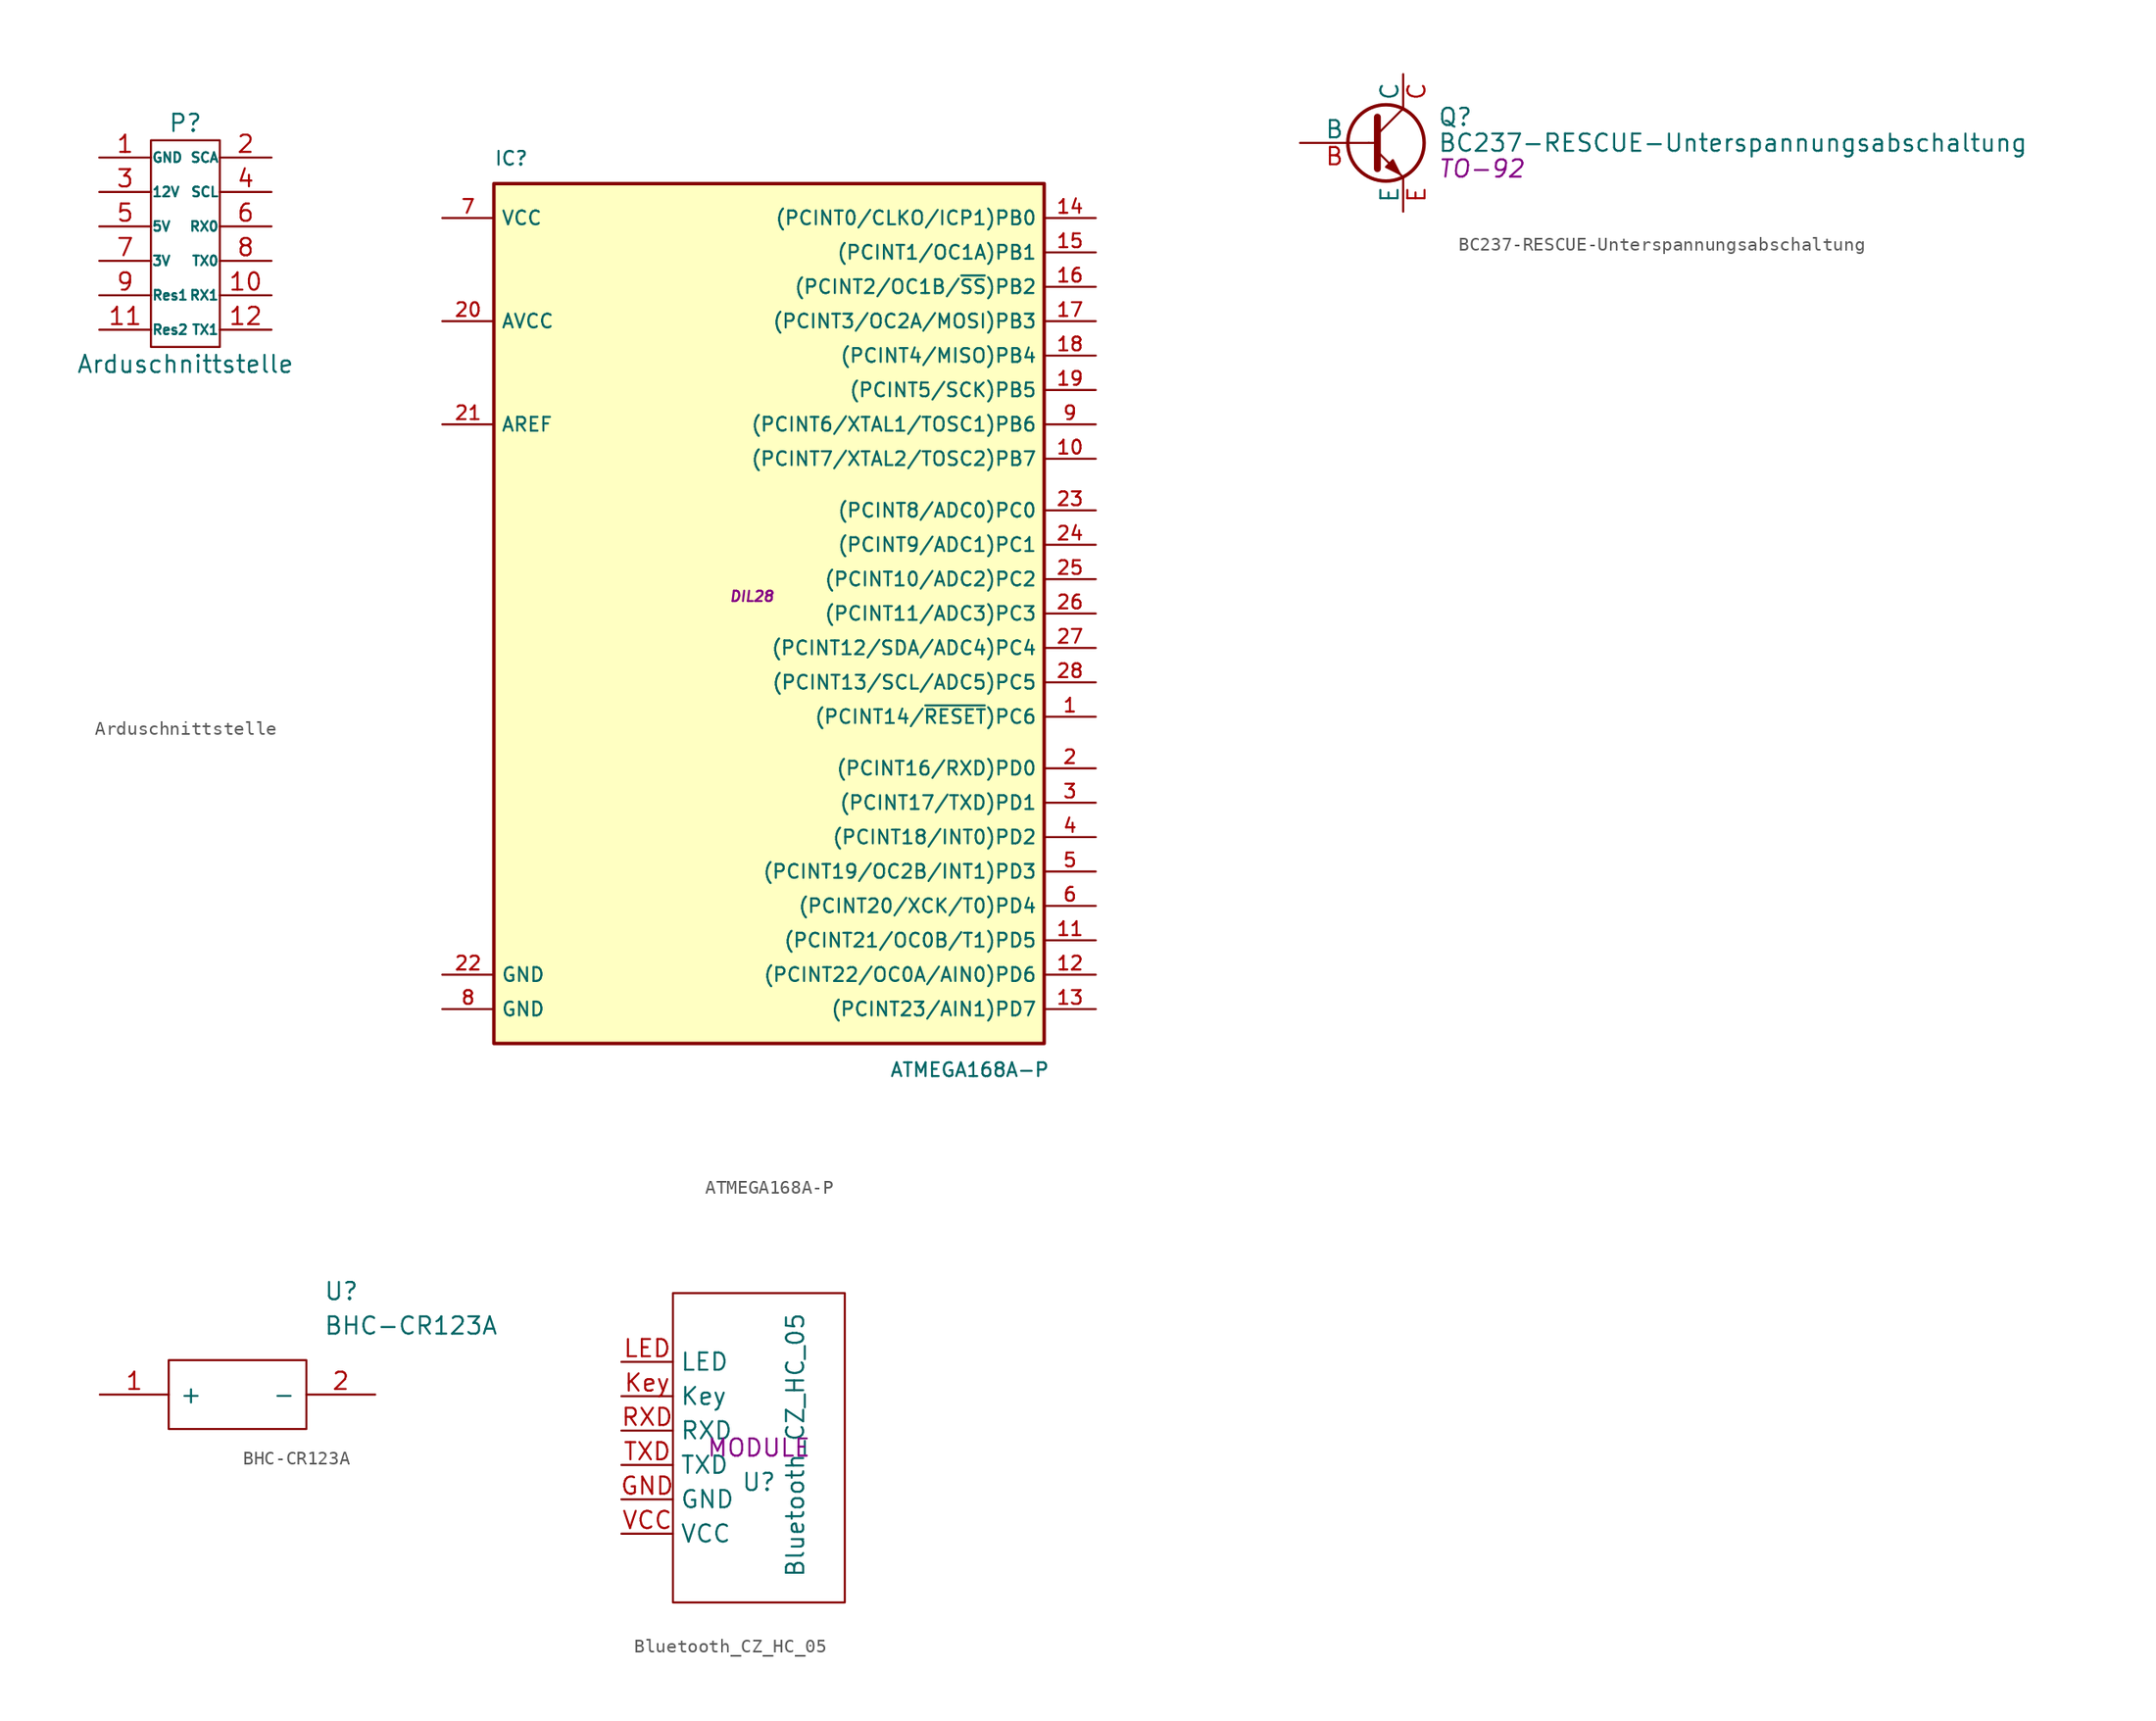
<source format=kicad_sym>
(kicad_symbol_lib
  (version 20220102)
  (generator kicad_symbol_editor)
  (symbol "Arduschnittstelle"
    (pin_names
      (offset 0.025))
    (property "Reference" "P"
      (at 0 8.89 0)
      (effects (font (size 1.27 1.27))))
    (property "Value" "Arduschnittstelle"
      (at 0 -8.89 0)
      (effects (font (size 1.27 1.27))))
    (property "Footprint" ""
      (at 0 -30.48 0)
      (effects (font (size 1.27 1.27))))
    (property "Datasheet" ""
      (at 0 -30.48 0)
      (effects (font (size 1.27 1.27))))
    (symbol "Arduschnittstelle_0_1"
      (rectangle (start -2.54 7.62) (end 2.54 -7.62) (stroke (width 0) (type default)) (fill (type none))))
    (symbol "Arduschnittstelle_1_1"
      (pin passive line (at -6.35 6.35 0) (length 3.81) (name "GND" (effects (font (size 0.711 0.711)))) (number "1" (effects (font (size 1.27 1.27)))))
      (pin passive line (at 6.35 -3.81 180) (length 3.81) (name "RX1" (effects (font (size 0.711 0.711)))) (number "10" (effects (font (size 1.27 1.27)))))
      (pin passive line (at -6.35 -6.35 0) (length 3.81) (name "Res2" (effects (font (size 0.711 0.711)))) (number "11" (effects (font (size 1.27 1.27)))))
      (pin passive line (at 6.35 -6.35 180) (length 3.81) (name "TX1" (effects (font (size 0.711 0.711)))) (number "12" (effects (font (size 1.27 1.27)))))
      (pin passive line (at 6.35 6.35 180) (length 3.81) (name "SCA" (effects (font (size 0.711 0.711)))) (number "2" (effects (font (size 1.27 1.27)))))
      (pin passive line (at -6.35 3.81 0) (length 3.81) (name "12V" (effects (font (size 0.711 0.711)))) (number "3" (effects (font (size 1.27 1.27)))))
      (pin passive line (at 6.35 3.81 180) (length 3.81) (name "SCL" (effects (font (size 0.711 0.711)))) (number "4" (effects (font (size 1.27 1.27)))))
      (pin passive line (at -6.35 1.27 0) (length 3.81) (name "5V" (effects (font (size 0.711 0.711)))) (number "5" (effects (font (size 1.27 1.27)))))
      (pin passive line (at 6.35 1.27 180) (length 3.81) (name "RX0" (effects (font (size 0.711 0.711)))) (number "6" (effects (font (size 1.27 1.27)))))
      (pin passive line (at -6.35 -1.27 0) (length 3.81) (name "3V" (effects (font (size 0.711 0.711)))) (number "7" (effects (font (size 1.27 1.27)))))
      (pin passive line (at 6.35 -1.27 180) (length 3.81) (name "TX0" (effects (font (size 0.711 0.711)))) (number "8" (effects (font (size 1.27 1.27)))))
      (pin passive line (at -6.35 -3.81 0) (length 3.81) (name "Res1" (effects (font (size 0.711 0.711)))) (number "9" (effects (font (size 1.27 1.27)))))))
  (symbol "ATMEGA168A-P"
    (property "Reference" "IC"
      (at -19.05 31.75 0)
      (effects (font (size 1.016 1.016)) (justify left bottom)))
    (property "Value" "ATMEGA168A-P"
      (at 10.16 -35.56 0)
      (effects (font (size 1.016 1.016)) (justify left bottom)))
    (property "Footprint" "DIL28"
      (at 0 0 0)
      (effects (font (size 0.762 0.762) italic)))
    (property "Datasheet" ""
      (at 0 0 0)
      (effects (font (size 1.524 1.524))))
    (symbol "ATMEGA168A-P_0_1"
      (rectangle (start -19.05 30.48) (end 21.59 -33.02) (stroke (width 0.254) (type default)) (fill (type background))))
    (symbol "ATMEGA168A-P_1_1"
      (pin bidirectional line (at 25.4 -8.89 180) (length 3.81) (name "(PCINT14/~{RESET})PC6" (effects (font (size 1.016 1.016)))) (number "1" (effects (font (size 1.016 1.016)))))
      (pin bidirectional line (at 25.4 10.16 180) (length 3.81) (name "(PCINT7/XTAL2/TOSC2)PB7" (effects (font (size 1.016 1.016)))) (number "10" (effects (font (size 1.016 1.016)))))
      (pin bidirectional line (at 25.4 -25.4 180) (length 3.81) (name "(PCINT21/OC0B/T1)PD5" (effects (font (size 1.016 1.016)))) (number "11" (effects (font (size 1.016 1.016)))))
      (pin bidirectional line (at 25.4 -27.94 180) (length 3.81) (name "(PCINT22/OC0A/AIN0)PD6" (effects (font (size 1.016 1.016)))) (number "12" (effects (font (size 1.016 1.016)))))
      (pin bidirectional line (at 25.4 -30.48 180) (length 3.81) (name "(PCINT23/AIN1)PD7" (effects (font (size 1.016 1.016)))) (number "13" (effects (font (size 1.016 1.016)))))
      (pin bidirectional line (at 25.4 27.94 180) (length 3.81) (name "(PCINT0/CLKO/ICP1)PB0" (effects (font (size 1.016 1.016)))) (number "14" (effects (font (size 1.016 1.016)))))
      (pin bidirectional line (at 25.4 25.4 180) (length 3.81) (name "(PCINT1/OC1A)PB1" (effects (font (size 1.016 1.016)))) (number "15" (effects (font (size 1.016 1.016)))))
      (pin bidirectional line (at 25.4 22.86 180) (length 3.81) (name "(PCINT2/OC1B/~{SS})PB2" (effects (font (size 1.016 1.016)))) (number "16" (effects (font (size 1.016 1.016)))))
      (pin bidirectional line (at 25.4 20.32 180) (length 3.81) (name "(PCINT3/OC2A/MOSI)PB3" (effects (font (size 1.016 1.016)))) (number "17" (effects (font (size 1.016 1.016)))))
      (pin bidirectional line (at 25.4 17.78 180) (length 3.81) (name "(PCINT4/MISO)PB4" (effects (font (size 1.016 1.016)))) (number "18" (effects (font (size 1.016 1.016)))))
      (pin bidirectional line (at 25.4 15.24 180) (length 3.81) (name "(PCINT5/SCK)PB5" (effects (font (size 1.016 1.016)))) (number "19" (effects (font (size 1.016 1.016)))))
      (pin bidirectional line (at 25.4 -12.7 180) (length 3.81) (name "(PCINT16/RXD)PD0" (effects (font (size 1.016 1.016)))) (number "2" (effects (font (size 1.016 1.016)))))
      (pin power_in line (at -22.86 20.32 0) (length 3.81) (name "AVCC" (effects (font (size 1.016 1.016)))) (number "20" (effects (font (size 1.016 1.016)))))
      (pin bidirectional line (at -22.86 12.7 0) (length 3.81) (name "AREF" (effects (font (size 1.016 1.016)))) (number "21" (effects (font (size 1.016 1.016)))))
      (pin power_in line (at -22.86 -27.94 0) (length 3.81) (name "GND" (effects (font (size 1.016 1.016)))) (number "22" (effects (font (size 1.016 1.016)))))
      (pin bidirectional line (at 25.4 6.35 180) (length 3.81) (name "(PCINT8/ADC0)PC0" (effects (font (size 1.016 1.016)))) (number "23" (effects (font (size 1.016 1.016)))))
      (pin bidirectional line (at 25.4 3.81 180) (length 3.81) (name "(PCINT9/ADC1)PC1" (effects (font (size 1.016 1.016)))) (number "24" (effects (font (size 1.016 1.016)))))
      (pin bidirectional line (at 25.4 1.27 180) (length 3.81) (name "(PCINT10/ADC2)PC2" (effects (font (size 1.016 1.016)))) (number "25" (effects (font (size 1.016 1.016)))))
      (pin bidirectional line (at 25.4 -1.27 180) (length 3.81) (name "(PCINT11/ADC3)PC3" (effects (font (size 1.016 1.016)))) (number "26" (effects (font (size 1.016 1.016)))))
      (pin bidirectional line (at 25.4 -3.81 180) (length 3.81) (name "(PCINT12/SDA/ADC4)PC4" (effects (font (size 1.016 1.016)))) (number "27" (effects (font (size 1.016 1.016)))))
      (pin bidirectional line (at 25.4 -6.35 180) (length 3.81) (name "(PCINT13/SCL/ADC5)PC5" (effects (font (size 1.016 1.016)))) (number "28" (effects (font (size 1.016 1.016)))))
      (pin bidirectional line (at 25.4 -15.24 180) (length 3.81) (name "(PCINT17/TXD)PD1" (effects (font (size 1.016 1.016)))) (number "3" (effects (font (size 1.016 1.016)))))
      (pin bidirectional line (at 25.4 -17.78 180) (length 3.81) (name "(PCINT18/INT0)PD2" (effects (font (size 1.016 1.016)))) (number "4" (effects (font (size 1.016 1.016)))))
      (pin bidirectional line (at 25.4 -20.32 180) (length 3.81) (name "(PCINT19/OC2B/INT1)PD3" (effects (font (size 1.016 1.016)))) (number "5" (effects (font (size 1.016 1.016)))))
      (pin bidirectional line (at 25.4 -22.86 180) (length 3.81) (name "(PCINT20/XCK/T0)PD4" (effects (font (size 1.016 1.016)))) (number "6" (effects (font (size 1.016 1.016)))))
      (pin power_in line (at -22.86 27.94 0) (length 3.81) (name "VCC" (effects (font (size 1.016 1.016)))) (number "7" (effects (font (size 1.016 1.016)))))
      (pin power_in line (at -22.86 -30.48 0) (length 3.81) (name "GND" (effects (font (size 1.016 1.016)))) (number "8" (effects (font (size 1.016 1.016)))))
      (pin bidirectional line (at 25.4 12.7 180) (length 3.81) (name "(PCINT6/XTAL1/TOSC1)PB6" (effects (font (size 1.016 1.016)))) (number "9" (effects (font (size 1.016 1.016)))))))
  (symbol "BC237-RESCUE-Unterspannungsabschaltung"
    (pin_names
      (offset 0))
    (property "Reference" "Q"
      (at 5.08 1.905 0)
      (effects (font (size 1.27 1.27)) (justify left)))
    (property "Value" "BC237-RESCUE-Unterspannungsabschaltung"
      (at 5.08 0 0)
      (effects (font (size 1.27 1.27)) (justify left)))
    (property "Footprint" "TO-92"
      (at 5.08 -1.905 0)
      (effects (font (size 1.27 1.27) italic) (justify left)))
    (property "Datasheet" ""
      (at 0 0 0)
      (effects (font (size 1.27 1.27)) (justify left)))
    (symbol "BC237-RESCUE-Unterspannungsabschaltung_0_1"
      (polyline (pts (xy 0 0) (xy 0.635 0)) (stroke (width 0) (type default)) (fill (type none)))
      (polyline (pts (xy 0.635 0.635) (xy 2.54 2.54)) (stroke (width 0) (type default)) (fill (type none)))
      (polyline (pts (xy 0.635 -0.635) (xy 2.54 -2.54) (xy 2.54 -2.54)) (stroke (width 0) (type default)) (fill (type none)))
      (polyline (pts (xy 0.635 1.905) (xy 0.635 -1.905) (xy 0.635 -1.905)) (stroke (width 0.508) (type default)) (fill (type none)))
      (polyline (pts (xy 1.27 -1.778) (xy 1.778 -1.27) (xy 2.286 -2.286) (xy 1.27 -1.778) (xy 1.27 -1.778)) (stroke (width 0) (type default)) (fill (type outline)))
      (circle (center 1.27 0) (radius 2.819) (stroke (width 0.254) (type default)) (fill (type none))))
    (symbol "BC237-RESCUE-Unterspannungsabschaltung_1_1"
      (pin input line (at -5.08 0 0) (length 5.08) (name "B" (effects (font (size 1.27 1.27)))) (number "B" (effects (font (size 1.27 1.27)))))
      (pin passive line (at 2.54 5.08 270) (length 2.54) (name "C" (effects (font (size 1.27 1.27)))) (number "C" (effects (font (size 1.27 1.27)))))
      (pin passive line (at 2.54 -5.08 90) (length 2.54) (name "E" (effects (font (size 1.27 1.27)))) (number "E" (effects (font (size 1.27 1.27)))))))
  (symbol "BHC-CR123A"
    (pin_names
      (offset 0.762))
    (property "Reference" "U"
      (at 16.51 7.62 0)
      (effects (font (size 1.27 1.27)) (justify left)))
    (property "Value" "BHC-CR123A"
      (at 16.51 5.08 0)
      (effects (font (size 1.27 1.27)) (justify left)))
    (symbol "BHC-CR123A_0_0"
      (pin passive line (at 0 0 0) (length 5.08) (name "+" (effects (font (size 1.27 1.27)))) (number "1" (effects (font (size 1.27 1.27)))))
      (pin passive line (at 20.32 0 180) (length 5.08) (name "-" (effects (font (size 1.27 1.27)))) (number "2" (effects (font (size 1.27 1.27))))))
    (symbol "BHC-CR123A_0_1"
      (polyline (pts (xy 5.08 2.54) (xy 15.24 2.54) (xy 15.24 -2.54) (xy 5.08 -2.54) (xy 5.08 2.54)) (stroke (width 0.152) (type default)) (fill (type none)))))
  (symbol "Bluetooth_CZ_HC_05"
    (property "Reference" "U"
      (at 0 -2.54 0)
      (effects (font (size 1.27 1.27))))
    (property "Value" "Bluetooth_CZ_HC_05"
      (at 2.692 0.203 90)
      (effects (font (size 1.27 1.27))))
    (property "Footprint" "MODULE"
      (at 0 0 0)
      (effects (font (size 1.27 1.27))))
    (symbol "Bluetooth_CZ_HC_05_1_0"
      (rectangle (start -6.35 -11.43) (end 6.35 11.43) (stroke (width 0) (type default)) (fill (type none))))
    (symbol "Bluetooth_CZ_HC_05_1_1"
      (pin power_out line (at -10.16 -3.81 0) (length 3.81) (name "GND" (effects (font (size 1.27 1.27)))) (number "GND" (effects (font (size 1.27 1.27)))))
      (pin input line (at -10.16 3.81 0) (length 3.81) (name "Key" (effects (font (size 1.27 1.27)))) (number "Key" (effects (font (size 1.27 1.27)))))
      (pin output line (at -10.16 6.35 0) (length 3.81) (name "LED" (effects (font (size 1.27 1.27)))) (number "LED" (effects (font (size 1.27 1.27)))))
      (pin input line (at -10.16 1.27 0) (length 3.81) (name "RXD" (effects (font (size 1.27 1.27)))) (number "RXD" (effects (font (size 1.27 1.27)))))
      (pin output line (at -10.16 -1.27 0) (length 3.81) (name "TXD" (effects (font (size 1.27 1.27)))) (number "TXD" (effects (font (size 1.27 1.27)))))
      (pin power_in line (at -10.16 -6.35 0) (length 3.81) (name "VCC" (effects (font (size 1.27 1.27)))) (number "VCC" (effects (font (size 1.27 1.27))))))))
</source>
